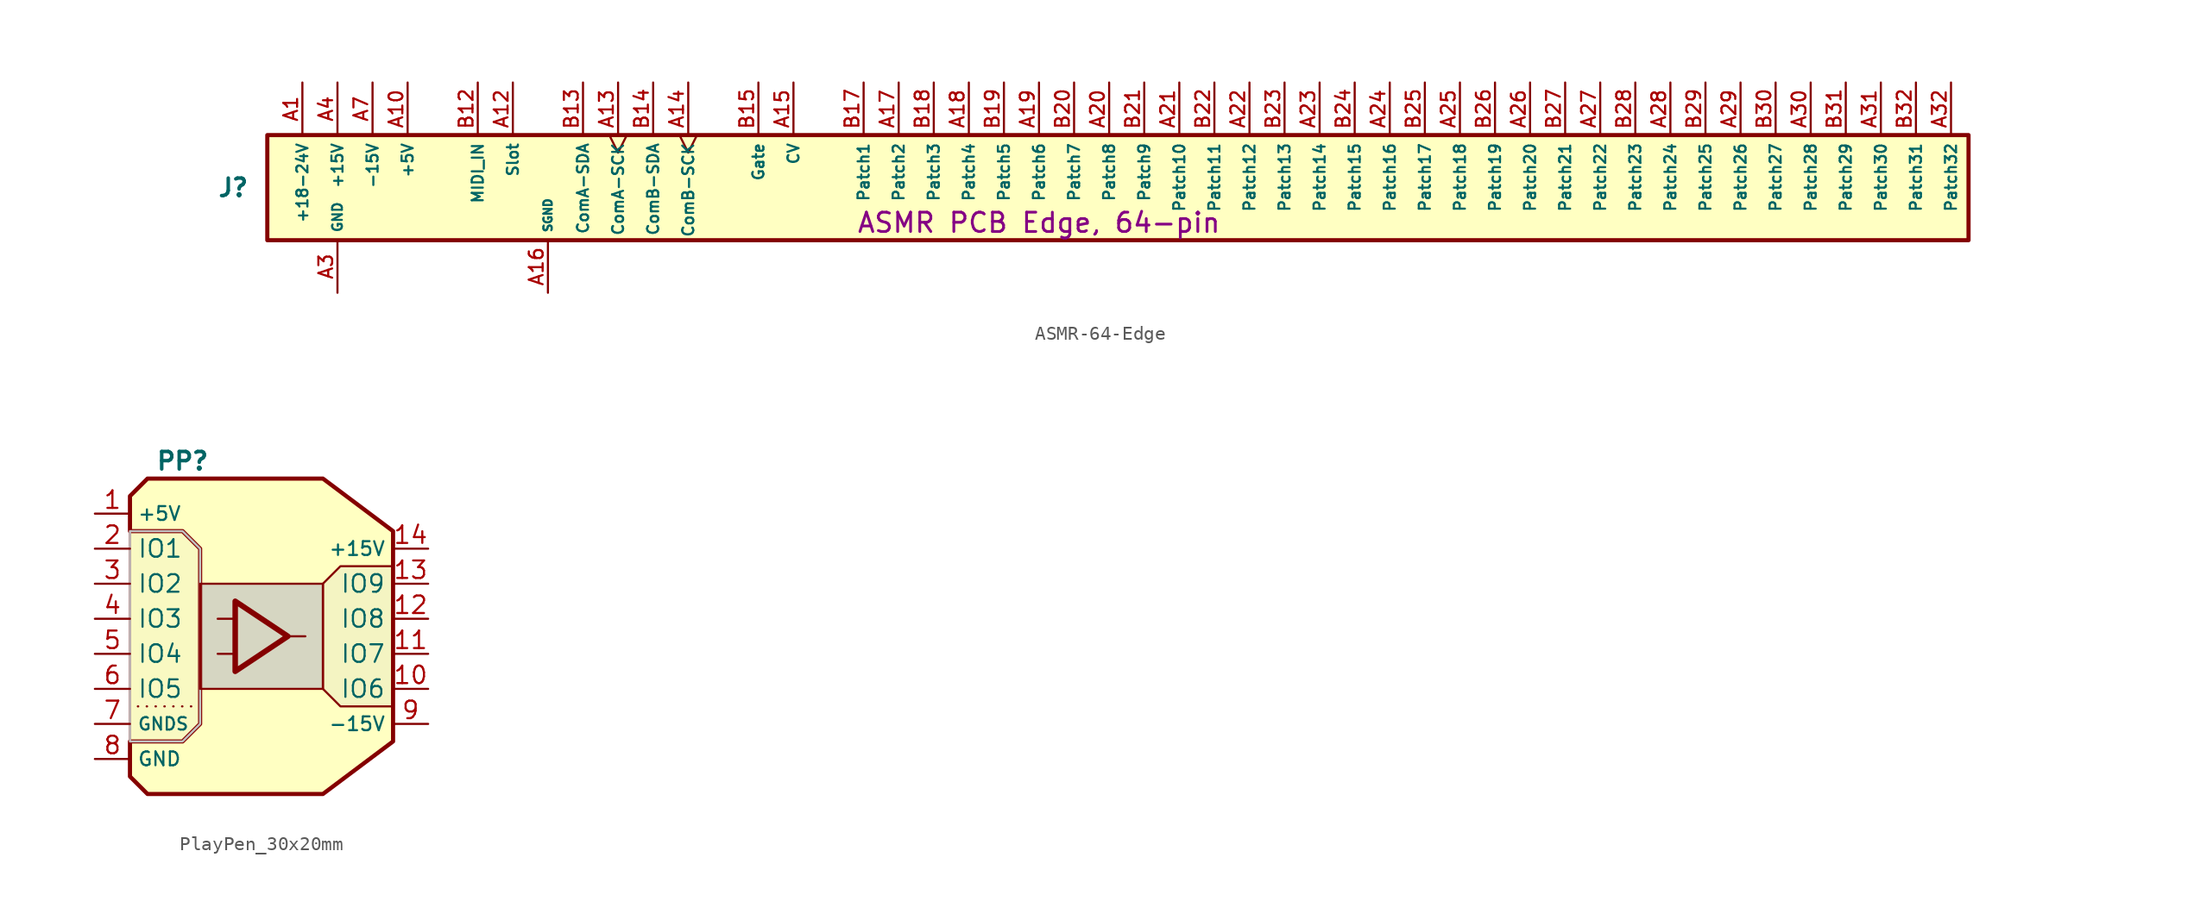
<source format=kicad_sym>
(kicad_symbol_lib
  (version 20241209)
  (generator "kicad_symbol_editor")
  (generator_version "9.0")
  (symbol "ASMR-64-Edge"
    (property "Reference" "J"
      (at -36.83 1.27 0)
      (effects (font (size 1.27 1.27) (thickness 0.254) (bold yes)) (justify right)))
    (property "Value" ""
      (at 0 0 0)
      (effects (font (size 1.27 1.27))))
    (property "Description" "ASMR PCB Edge, 64-pin"
      (at 20.32 -1.27 0)
      (do_not_autoplace)
      (effects (font (size 1.4 1.4) (thickness 0.2) (bold yes))))
    (symbol "ASMR-64-Edge_1_1"
      (rectangle (start -35.56 5.08) (end 87.63 -2.54) (stroke (width 0.3) (type solid)) (fill (type background)))
      (pin power_out line (at -33.02 8.89 270) (length 3.81) (name "+18-24V" (effects (font (size 0.8 0.8)))) (number "A1" (effects (font (size 1 1)))))
      (pin power_out line (at -33.02 8.89 270) (length 3.81) (hide yes) (name "+18-24V" (effects (font (size 0.8 0.8)))) (number "A2" (effects (font (size 1 1)))))
      (pin power_out line (at -33.02 8.89 270) (length 3.81) (hide yes) (name "+18-24V" (effects (font (size 0.6 0.6)))) (number "B1" (effects (font (size 1 1)))))
      (pin power_out line (at -33.02 8.89 270) (length 3.81) (hide yes) (name "+18-24V" (effects (font (size 0.6 0.6)))) (number "B2" (effects (font (size 1 1)))))
      (pin power_out line (at -30.48 8.89 270) (length 3.81) (name "+15V" (effects (font (size 0.8 0.8)))) (number "A4" (effects (font (size 1 1)))))
      (pin power_out line (at -30.48 8.89 270) (length 3.81) (hide yes) (name "+15V" (effects (font (size 0.8 0.8)))) (number "A5" (effects (font (size 1 1)))))
      (pin power_out line (at -30.48 8.89 270) (length 3.81) (hide yes) (name "+15V" (effects (font (size 0.8 0.8)))) (number "B4" (effects (font (size 1 1)))))
      (pin power_out line (at -30.48 8.89 270) (length 3.81) (hide yes) (name "+15V" (effects (font (size 0.8 0.8)))) (number "B5" (effects (font (size 1 1)))))
      (pin power_out line (at -30.48 -6.35 90) (length 3.81) (name "GND" (effects (font (size 0.7 0.7)))) (number "A3" (effects (font (size 1 1)))))
      (pin power_out line (at -30.48 -6.35 90) (length 3.81) (hide yes) (name "GND" (effects (font (size 0.7 0.7)))) (number "A6" (effects (font (size 1 1)))))
      (pin power_out line (at -30.48 -6.35 90) (length 3.81) (hide yes) (name "GND" (effects (font (size 0.7 0.7)))) (number "A9" (effects (font (size 1 1)))))
      (pin power_out line (at -30.48 -6.35 90) (length 3.81) (hide yes) (name "GND" (effects (font (size 0.7 0.7)))) (number "B3" (effects (font (size 1 1)))))
      (pin power_out line (at -30.48 -6.35 90) (length 3.81) (hide yes) (name "GND" (effects (font (size 0.7 0.7)))) (number "B6" (effects (font (size 1 1)))))
      (pin power_out line (at -30.48 -6.35 90) (length 3.81) (hide yes) (name "GND" (effects (font (size 0.7 0.7)))) (number "B9" (effects (font (size 1 1)))))
      (pin power_out line (at -27.94 8.89 270) (length 3.81) (name "-15V" (effects (font (size 0.8 0.8)))) (number "A7" (effects (font (size 1 1)))))
      (pin power_out line (at -27.94 8.89 270) (length 3.81) (hide yes) (name "-15V" (effects (font (size 0.8 0.8)))) (number "A8" (effects (font (size 1 1)))))
      (pin power_out line (at -27.94 8.89 270) (length 3.81) (hide yes) (name "-15V" (effects (font (size 0.8 0.8)))) (number "B7" (effects (font (size 1 1)))))
      (pin power_out line (at -27.94 8.89 270) (length 3.81) (hide yes) (name "-15V" (effects (font (size 0.8 0.8)))) (number "B8" (effects (font (size 1 1)))))
      (pin power_out line (at -25.4 8.89 270) (length 3.81) (name "+5V" (effects (font (size 0.8 0.8)))) (number "A10" (effects (font (size 1 1)))))
      (pin power_out line (at -25.4 8.89 270) (length 3.81) (hide yes) (name "+5V" (effects (font (size 0.8 0.8)))) (number "A11" (effects (font (size 1 1)))))
      (pin power_out line (at -25.4 8.89 270) (length 3.81) (hide yes) (name "+5V" (effects (font (size 0.8 0.8)))) (number "B10" (effects (font (size 1 1)))))
      (pin power_out line (at -25.4 8.89 270) (length 3.81) (hide yes) (name "+5V" (effects (font (size 0.8 0.8)))) (number "B11" (effects (font (size 1 1)))))
      (pin output line (at -20.32 8.89 270) (length 3.81) (name "MIDI_IN" (effects (font (size 0.8 0.8)))) (number "B12" (effects (font (size 1 1)))))
      (pin passive line (at -17.78 8.89 270) (length 3.81) (name "Slot" (effects (font (size 0.8 0.8)))) (number "A12" (effects (font (size 1 1)))))
      (pin passive line (at -15.24 -6.35 90) (length 3.81) (name "SGND" (effects (font (size 0.6 0.6)))) (number "A16" (effects (font (size 1 1)))))
      (pin passive line (at -15.24 -6.35 90) (length 3.81) (hide yes) (name "SGND" (effects (font (size 0.6 0.6)))) (number "B16" (effects (font (size 1 1)))))
      (pin passive line (at -12.7 8.89 270) (length 3.81) (name "ComA-SDA" (effects (font (size 0.8 0.8)))) (number "B13" (effects (font (size 1 1)))))
      (pin passive clock (at -10.16 8.89 270) (length 3.81) (name "ComA-SCK" (effects (font (size 0.8 0.8)))) (number "A13" (effects (font (size 1 1)))))
      (pin passive line (at -7.62 8.89 270) (length 3.81) (name "ComB-SDA" (effects (font (size 0.8 0.8)))) (number "B14" (effects (font (size 1 1)))))
      (pin passive clock (at -5.08 8.89 270) (length 3.81) (name "ComB-SCK" (effects (font (size 0.8 0.8)))) (number "A14" (effects (font (size 1 1)))))
      (pin passive line (at 0 8.89 270) (length 3.81) (name "Gate" (effects (font (size 0.8 0.8)))) (number "B15" (effects (font (size 1 1)))))
      (pin passive line (at 2.54 8.89 270) (length 3.81) (name "CV" (effects (font (size 0.8 0.8)))) (number "A15" (effects (font (size 1 1)))))
      (pin passive line (at 7.62 8.89 270) (length 3.81) (name "Patch1" (effects (font (size 0.8 0.8)))) (number "B17" (effects (font (size 1 1)))))
      (pin passive line (at 10.16 8.89 270) (length 3.81) (name "Patch2" (effects (font (size 0.8 0.8)))) (number "A17" (effects (font (size 1 1)))))
      (pin passive line (at 12.7 8.89 270) (length 3.81) (name "Patch3" (effects (font (size 0.8 0.8)))) (number "B18" (effects (font (size 1 1)))))
      (pin passive line (at 15.24 8.89 270) (length 3.81) (name "Patch4" (effects (font (size 0.8 0.8)))) (number "A18" (effects (font (size 1 1)))))
      (pin passive line (at 17.78 8.89 270) (length 3.81) (name "Patch5" (effects (font (size 0.8 0.8)))) (number "B19" (effects (font (size 1 1)))))
      (pin passive line (at 20.32 8.89 270) (length 3.81) (name "Patch6" (effects (font (size 0.8 0.8)))) (number "A19" (effects (font (size 1 1)))))
      (pin passive line (at 22.86 8.89 270) (length 3.81) (name "Patch7" (effects (font (size 0.8 0.8)))) (number "B20" (effects (font (size 1 1)))))
      (pin passive line (at 25.4 8.89 270) (length 3.81) (name "Patch8" (effects (font (size 0.8 0.8)))) (number "A20" (effects (font (size 1 1)))))
      (pin passive line (at 27.94 8.89 270) (length 3.81) (name "Patch9" (effects (font (size 0.8 0.8)))) (number "B21" (effects (font (size 1 1)))))
      (pin passive line (at 30.48 8.89 270) (length 3.81) (name "Patch10" (effects (font (size 0.8 0.8)))) (number "A21" (effects (font (size 1 1)))))
      (pin passive line (at 33.02 8.89 270) (length 3.81) (name "Patch11" (effects (font (size 0.8 0.8)))) (number "B22" (effects (font (size 1 1)))))
      (pin passive line (at 35.56 8.89 270) (length 3.81) (name "Patch12" (effects (font (size 0.8 0.8)))) (number "A22" (effects (font (size 1 1)))))
      (pin passive line (at 38.1 8.89 270) (length 3.81) (name "Patch13" (effects (font (size 0.8 0.8)))) (number "B23" (effects (font (size 1 1)))))
      (pin passive line (at 40.64 8.89 270) (length 3.81) (name "Patch14" (effects (font (size 0.8 0.8)))) (number "A23" (effects (font (size 1 1)))))
      (pin passive line (at 43.18 8.89 270) (length 3.81) (name "Patch15" (effects (font (size 0.8 0.8)))) (number "B24" (effects (font (size 1 1)))))
      (pin passive line (at 45.72 8.89 270) (length 3.81) (name "Patch16" (effects (font (size 0.8 0.8)))) (number "A24" (effects (font (size 1 1)))))
      (pin passive line (at 48.26 8.89 270) (length 3.81) (name "Patch17" (effects (font (size 0.8 0.8)))) (number "B25" (effects (font (size 1 1)))))
      (pin passive line (at 50.8 8.89 270) (length 3.81) (name "Patch18" (effects (font (size 0.8 0.8)))) (number "A25" (effects (font (size 1 1)))))
      (pin passive line (at 53.34 8.89 270) (length 3.81) (name "Patch19" (effects (font (size 0.8 0.8)))) (number "B26" (effects (font (size 1 1)))))
      (pin passive line (at 55.88 8.89 270) (length 3.81) (name "Patch20" (effects (font (size 0.8 0.8)))) (number "A26" (effects (font (size 1 1)))))
      (pin passive line (at 58.42 8.89 270) (length 3.81) (name "Patch21" (effects (font (size 0.8 0.8)))) (number "B27" (effects (font (size 1 1)))))
      (pin passive line (at 60.96 8.89 270) (length 3.81) (name "Patch22" (effects (font (size 0.8 0.8)))) (number "A27" (effects (font (size 1 1)))))
      (pin passive line (at 63.5 8.89 270) (length 3.81) (name "Patch23" (effects (font (size 0.8 0.8)))) (number "B28" (effects (font (size 1 1)))))
      (pin passive line (at 66.04 8.89 270) (length 3.81) (name "Patch24" (effects (font (size 0.8 0.8)))) (number "A28" (effects (font (size 1 1)))))
      (pin passive line (at 68.58 8.89 270) (length 3.81) (name "Patch25" (effects (font (size 0.8 0.8)))) (number "B29" (effects (font (size 1 1)))))
      (pin passive line (at 71.12 8.89 270) (length 3.81) (name "Patch26" (effects (font (size 0.8 0.8)))) (number "A29" (effects (font (size 1 1)))))
      (pin passive line (at 73.66 8.89 270) (length 3.81) (name "Patch27" (effects (font (size 0.8 0.8)))) (number "B30" (effects (font (size 1 1)))))
      (pin passive line (at 76.2 8.89 270) (length 3.81) (name "Patch28" (effects (font (size 0.8 0.8)))) (number "A30" (effects (font (size 1 1)))))
      (pin passive line (at 78.74 8.89 270) (length 3.81) (name "Patch29" (effects (font (size 0.8 0.8)))) (number "B31" (effects (font (size 1 1)))))
      (pin passive line (at 81.28 8.89 270) (length 3.81) (name "Patch30" (effects (font (size 0.8 0.8)))) (number "A31" (effects (font (size 1 1)))))
      (pin passive line (at 83.82 8.89 270) (length 3.81) (name "Patch31" (effects (font (size 0.8 0.8)))) (number "B32" (effects (font (size 1 1)))))
      (pin passive line (at 86.36 8.89 270) (length 3.81) (name "Patch32" (effects (font (size 0.8 0.8)))) (number "A32" (effects (font (size 1 1)))))))
  (symbol "PlayPen_30x20mm"
    (property "Reference" "PP"
      (at -6.35 12.7 0)
      (do_not_autoplace)
      (effects (font (size 1.27 1.27) (thickness 0.254) (bold yes))))
    (property "Value" ""
      (at 0 0 0)
      (effects (font (size 1.27 1.27))))
    (symbol "PlayPen_30x20mm_0_1"
      (polyline (pts (xy -5.08 6.35) (xy -6.35 7.62) (xy -10.16 7.62) (xy -10.16 10.16) (xy -8.89 11.43) (xy 3.81 11.43) (xy 8.89 7.62) (xy 8.89 -7.62) (xy 3.81 -11.43) (xy -8.89 -11.43) (xy -10.16 -10.16) (xy -10.16 -7.62) (xy -6.35 -7.62) (xy -5.08 -6.35) (xy -5.08 6.35)) (stroke (width 0.3) (type default)) (fill (type background)))
      (polyline (pts (xy -5.08 -5.08) (xy -10.16 -5.08)) (stroke (width 0) (type dot)) (fill (type none))))
    (symbol "PlayPen_30x20mm_1_1"
      (polyline (pts (xy -10.16 7.62) (xy -6.35 7.62) (xy -5.08 6.35) (xy -5.08 -6.35) (xy -6.35 -7.62) (xy -10.16 -7.62) (xy -10.16 7.62)) (stroke (width 0) (type solid)) (fill (type background)))
      (polyline (pts (xy -10.16 7.62) (xy -6.35 7.62) (xy -5.08 6.35) (xy -5.08 -6.35) (xy -6.35 -7.62) (xy -10.16 -7.62) (xy -10.16 7.62)) (stroke (width 0) (type solid) (color 194 194 194 0.05)) (fill (type color) (color 194 194 194 0.09)))
      (polyline (pts (xy -2.54 1.27) (xy -3.81 1.27)) (stroke (width 0) (type default)) (fill (type none)))
      (polyline (pts (xy -2.54 -1.27) (xy -3.81 -1.27)) (stroke (width 0) (type default)) (fill (type none)))
      (polyline (pts (xy -2.54 -2.54) (xy -2.54 2.54) (xy 1.27 0) (xy -2.54 -2.54)) (stroke (width 0.4) (type solid)) (fill (type none)))
      (polyline (pts (xy 1.27 0) (xy 2.54 0)) (stroke (width 0) (type default)) (fill (type none)))
      (polyline (pts (xy 3.81 3.81) (xy -5.08 3.81) (xy -5.08 -3.81) (xy 3.81 -3.81) (xy 3.81 3.81)) (stroke (width 0) (type solid)) (fill (type color) (color 194 194 194 0.67)))
      (polyline (pts (xy 8.89 5.08) (xy 5.08 5.08) (xy 3.81 3.81) (xy 3.81 -3.81) (xy 5.08 -5.08) (xy 8.89 -5.08)) (stroke (width 0) (type solid)) (fill (type color) (color 194 194 194 0.18)))
      (pin power_in line (at -12.7 8.89 0) (length 2.54) (name "+5V" (effects (font (size 1 1)))) (number "1" (effects (font (size 1.27 1.27)))))
      (pin passive line (at -12.7 6.35 0) (length 2.54) (name "IO1" (effects (font (size 1.27 1.27)))) (number "2" (effects (font (size 1.27 1.27)))))
      (pin passive line (at -12.7 3.81 0) (length 2.54) (name "IO2" (effects (font (size 1.27 1.27)))) (number "3" (effects (font (size 1.27 1.27)))))
      (pin passive line (at -12.7 1.27 0) (length 2.54) (name "IO3" (effects (font (size 1.27 1.27)))) (number "4" (effects (font (size 1.27 1.27)))))
      (pin passive line (at -12.7 -1.27 0) (length 2.54) (name "IO4" (effects (font (size 1.27 1.27)))) (number "5" (effects (font (size 1.27 1.27)))))
      (pin passive line (at -12.7 -3.81 0) (length 2.54) (name "IO5" (effects (font (size 1.27 1.27)))) (number "6" (effects (font (size 1.27 1.27)))))
      (pin passive line (at -12.7 -6.35 0) (length 2.54) (name "GNDS" (effects (font (size 0.9 0.9)))) (number "7" (effects (font (size 1.27 1.27)))))
      (pin power_in line (at -12.7 -8.89 0) (length 2.54) (name "GND" (effects (font (size 1 1)))) (number "8" (effects (font (size 1.27 1.27)))))
      (pin power_in line (at 11.43 6.35 180) (length 2.54) (name "+15V" (effects (font (size 1 1)))) (number "14" (effects (font (size 1.27 1.27)))))
      (pin passive line (at 11.43 3.81 180) (length 2.54) (name "IO9" (effects (font (size 1.27 1.27)))) (number "13" (effects (font (size 1.27 1.27)))))
      (pin passive line (at 11.43 1.27 180) (length 2.54) (name "IO8" (effects (font (size 1.27 1.27)))) (number "12" (effects (font (size 1.27 1.27)))))
      (pin passive line (at 11.43 -1.27 180) (length 2.54) (name "IO7" (effects (font (size 1.27 1.27)))) (number "11" (effects (font (size 1.27 1.27)))))
      (pin passive line (at 11.43 -3.81 180) (length 2.54) (name "IO6" (effects (font (size 1.27 1.27)))) (number "10" (effects (font (size 1.27 1.27)))))
      (pin power_in line (at 11.43 -6.35 180) (length 2.54) (name "-15V" (effects (font (size 1 1)))) (number "9" (effects (font (size 1.27 1.27))))))))
</source>
